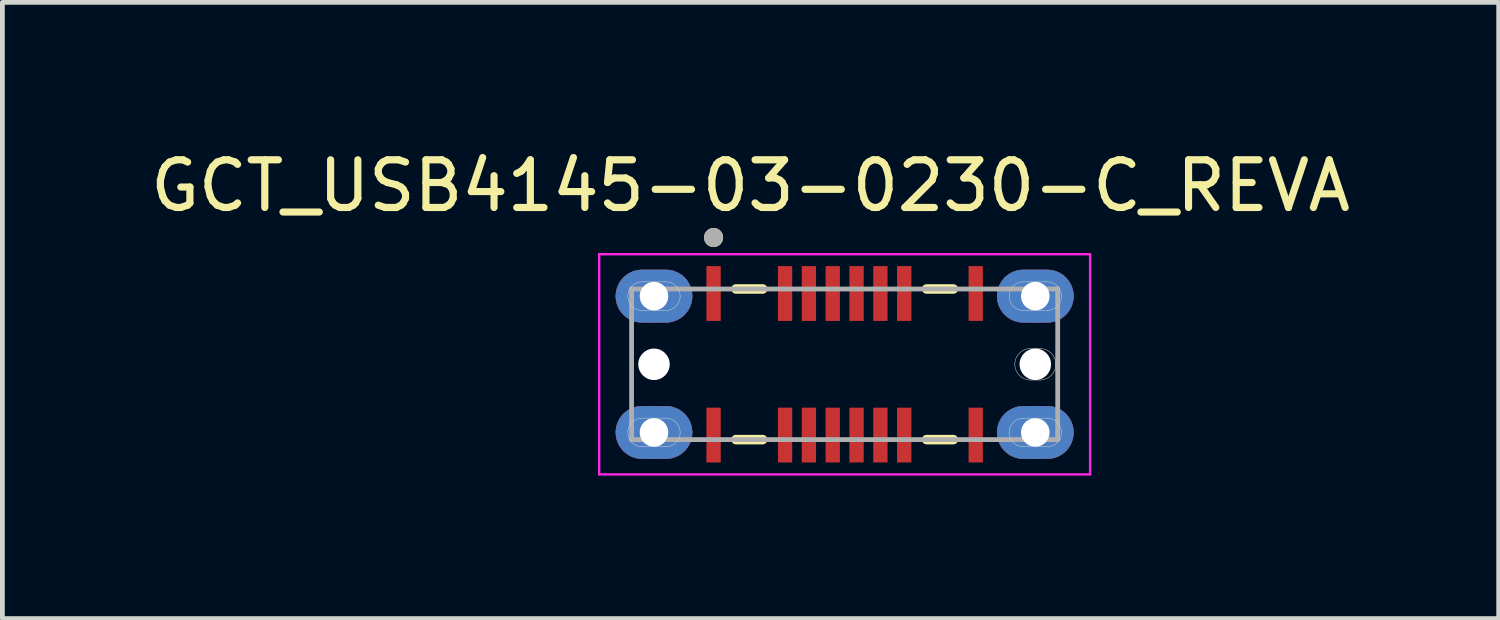
<source format=kicad_pcb>
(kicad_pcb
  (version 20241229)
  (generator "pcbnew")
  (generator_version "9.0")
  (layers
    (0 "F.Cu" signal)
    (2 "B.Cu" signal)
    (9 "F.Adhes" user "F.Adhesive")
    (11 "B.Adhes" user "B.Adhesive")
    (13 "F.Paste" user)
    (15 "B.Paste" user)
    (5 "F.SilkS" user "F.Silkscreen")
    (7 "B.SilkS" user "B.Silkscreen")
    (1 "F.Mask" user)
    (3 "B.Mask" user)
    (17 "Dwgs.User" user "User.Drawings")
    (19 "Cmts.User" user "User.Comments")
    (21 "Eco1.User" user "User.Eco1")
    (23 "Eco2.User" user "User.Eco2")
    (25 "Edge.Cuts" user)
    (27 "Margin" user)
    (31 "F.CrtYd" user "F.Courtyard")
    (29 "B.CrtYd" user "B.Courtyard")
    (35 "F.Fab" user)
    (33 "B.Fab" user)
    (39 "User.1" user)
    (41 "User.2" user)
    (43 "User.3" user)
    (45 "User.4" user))
  (footprint "GCT_USB4145-03-0230-C_REVA"
    (layer "F.Cu")
    (at 14.671 4.593)
    (property "Reference" "GCT_USB4145-03-0230-C_REVA" (at -1.975 -3.745 0) (layer "F.SilkS") (effects (font (size 1 1) (thickness 0.15))))
    (attr through_hole)
    (fp_poly (pts (xy -4.8 -1.43) (xy -4.799 -1.459) (xy -4.797 -1.487) (xy -4.793 -1.516) (xy -4.788 -1.544) (xy -4.781 -1.572) (xy -4.773 -1.6) (xy -4.763 -1.627) (xy -4.752 -1.654) (xy -4.74 -1.68) (xy -4.726 -1.705) (xy -4.711 -1.73) (xy -4.695 -1.753) (xy -4.677 -1.776) (xy -4.659 -1.798) (xy -4.639 -1.819) (xy -4.618 -1.839) (xy -4.596 -1.857) (xy -4.573 -1.875) (xy -4.55 -1.891) (xy -4.525 -1.906) (xy -4.5 -1.92) (xy -4.474 -1.932) (xy -4.447 -1.943) (xy -4.42 -1.953) (xy -4.392 -1.961) (xy -4.364 -1.968) (xy -4.336 -1.973) (xy -4.307 -1.977) (xy -4.279 -1.979) (xy -4.25 -1.98) (xy -3.75 -1.98) (xy -3.721 -1.979) (xy -3.693 -1.977) (xy -3.664 -1.973) (xy -3.636 -1.968) (xy -3.608 -1.961) (xy -3.58 -1.953) (xy -3.553 -1.943) (xy -3.526 -1.932) (xy -3.5 -1.92) (xy -3.475 -1.906) (xy -3.45 -1.891) (xy -3.427 -1.875) (xy -3.404 -1.857) (xy -3.382 -1.839) (xy -3.361 -1.819) (xy -3.341 -1.798) (xy -3.323 -1.776) (xy -3.305 -1.753) (xy -3.289 -1.73) (xy -3.274 -1.705) (xy -3.26 -1.68) (xy -3.248 -1.654) (xy -3.237 -1.627) (xy -3.227 -1.6) (xy -3.219 -1.572) (xy -3.212 -1.544) (xy -3.207 -1.516) (xy -3.203 -1.487) (xy -3.201 -1.459) (xy -3.2 -1.43) (xy -3.201 -1.401) (xy -3.203 -1.373) (xy -3.207 -1.344) (xy -3.212 -1.316) (xy -3.219 -1.288) (xy -3.227 -1.26) (xy -3.237 -1.233) (xy -3.248 -1.206) (xy -3.26 -1.18) (xy -3.274 -1.155) (xy -3.289 -1.13) (xy -3.305 -1.107) (xy -3.323 -1.084) (xy -3.341 -1.062) (xy -3.361 -1.041) (xy -3.382 -1.021) (xy -3.404 -1.003) (xy -3.427 -0.985) (xy -3.45 -0.969) (xy -3.475 -0.954) (xy -3.5 -0.94) (xy -3.526 -0.928) (xy -3.553 -0.917) (xy -3.58 -0.907) (xy -3.608 -0.899) (xy -3.636 -0.892) (xy -3.664 -0.887) (xy -3.693 -0.883) (xy -3.721 -0.881) (xy -3.75 -0.88) (xy -4.25 -0.88) (xy -4.279 -0.881) (xy -4.307 -0.883) (xy -4.336 -0.887) (xy -4.364 -0.892) (xy -4.392 -0.899) (xy -4.42 -0.907) (xy -4.447 -0.917) (xy -4.474 -0.928) (xy -4.5 -0.94) (xy -4.525 -0.954) (xy -4.55 -0.969) (xy -4.573 -0.985) (xy -4.596 -1.003) (xy -4.618 -1.021) (xy -4.639 -1.041) (xy -4.659 -1.062) (xy -4.677 -1.084) (xy -4.695 -1.107) (xy -4.711 -1.13) (xy -4.726 -1.155) (xy -4.74 -1.18) (xy -4.752 -1.206) (xy -4.763 -1.233) (xy -4.773 -1.26) (xy -4.781 -1.288) (xy -4.788 -1.316) (xy -4.793 -1.344) (xy -4.797 -1.373) (xy -4.799 -1.401) (xy -4.8 -1.43)) (stroke (width 0.01) (type solid)) (fill yes) (layer "F.Cu"))
    (fp_poly (pts (xy -4.8 1.43) (xy -4.799 1.401) (xy -4.797 1.373) (xy -4.793 1.344) (xy -4.788 1.316) (xy -4.781 1.288) (xy -4.773 1.26) (xy -4.763 1.233) (xy -4.752 1.206) (xy -4.74 1.18) (xy -4.726 1.155) (xy -4.711 1.13) (xy -4.695 1.107) (xy -4.677 1.084) (xy -4.659 1.062) (xy -4.639 1.041) (xy -4.618 1.021) (xy -4.596 1.003) (xy -4.573 0.985) (xy -4.55 0.969) (xy -4.525 0.954) (xy -4.5 0.94) (xy -4.474 0.928) (xy -4.447 0.917) (xy -4.42 0.907) (xy -4.392 0.899) (xy -4.364 0.892) (xy -4.336 0.887) (xy -4.307 0.883) (xy -4.279 0.881) (xy -4.25 0.88) (xy -3.75 0.88) (xy -3.721 0.881) (xy -3.693 0.883) (xy -3.664 0.887) (xy -3.636 0.892) (xy -3.608 0.899) (xy -3.58 0.907) (xy -3.553 0.917) (xy -3.526 0.928) (xy -3.5 0.94) (xy -3.475 0.954) (xy -3.45 0.969) (xy -3.427 0.985) (xy -3.404 1.003) (xy -3.382 1.021) (xy -3.361 1.041) (xy -3.341 1.062) (xy -3.323 1.084) (xy -3.305 1.107) (xy -3.289 1.13) (xy -3.274 1.155) (xy -3.26 1.18) (xy -3.248 1.206) (xy -3.237 1.233) (xy -3.227 1.26) (xy -3.219 1.288) (xy -3.212 1.316) (xy -3.207 1.344) (xy -3.203 1.373) (xy -3.201 1.401) (xy -3.2 1.43) (xy -3.201 1.459) (xy -3.203 1.487) (xy -3.207 1.516) (xy -3.212 1.544) (xy -3.219 1.572) (xy -3.227 1.6) (xy -3.237 1.627) (xy -3.248 1.654) (xy -3.26 1.68) (xy -3.274 1.705) (xy -3.289 1.73) (xy -3.305 1.753) (xy -3.323 1.776) (xy -3.341 1.798) (xy -3.361 1.819) (xy -3.382 1.839) (xy -3.404 1.857) (xy -3.427 1.875) (xy -3.45 1.891) (xy -3.475 1.906) (xy -3.5 1.92) (xy -3.526 1.932) (xy -3.553 1.943) (xy -3.58 1.953) (xy -3.608 1.961) (xy -3.636 1.968) (xy -3.664 1.973) (xy -3.693 1.977) (xy -3.721 1.979) (xy -3.75 1.98) (xy -4.25 1.98) (xy -4.279 1.979) (xy -4.307 1.977) (xy -4.336 1.973) (xy -4.364 1.968) (xy -4.392 1.961) (xy -4.42 1.953) (xy -4.447 1.943) (xy -4.474 1.932) (xy -4.5 1.92) (xy -4.525 1.906) (xy -4.55 1.891) (xy -4.573 1.875) (xy -4.596 1.857) (xy -4.618 1.839) (xy -4.639 1.819) (xy -4.659 1.798) (xy -4.677 1.776) (xy -4.695 1.753) (xy -4.711 1.73) (xy -4.726 1.705) (xy -4.74 1.68) (xy -4.752 1.654) (xy -4.763 1.627) (xy -4.773 1.6) (xy -4.781 1.572) (xy -4.788 1.544) (xy -4.793 1.516) (xy -4.797 1.487) (xy -4.799 1.459) (xy -4.8 1.43)) (stroke (width 0.01) (type solid)) (fill yes) (layer "F.Cu"))
    (fp_poly (pts (xy 3.2 -1.43) (xy 3.201 -1.459) (xy 3.203 -1.487) (xy 3.207 -1.516) (xy 3.212 -1.544) (xy 3.219 -1.572) (xy 3.227 -1.6) (xy 3.237 -1.627) (xy 3.248 -1.654) (xy 3.26 -1.68) (xy 3.274 -1.705) (xy 3.289 -1.73) (xy 3.305 -1.753) (xy 3.323 -1.776) (xy 3.341 -1.798) (xy 3.361 -1.819) (xy 3.382 -1.839) (xy 3.404 -1.857) (xy 3.427 -1.875) (xy 3.45 -1.891) (xy 3.475 -1.906) (xy 3.5 -1.92) (xy 3.526 -1.932) (xy 3.553 -1.943) (xy 3.58 -1.953) (xy 3.608 -1.961) (xy 3.636 -1.968) (xy 3.664 -1.973) (xy 3.693 -1.977) (xy 3.721 -1.979) (xy 3.75 -1.98) (xy 4.25 -1.98) (xy 4.279 -1.979) (xy 4.307 -1.977) (xy 4.336 -1.973) (xy 4.364 -1.968) (xy 4.392 -1.961) (xy 4.42 -1.953) (xy 4.447 -1.943) (xy 4.474 -1.932) (xy 4.5 -1.92) (xy 4.525 -1.906) (xy 4.55 -1.891) (xy 4.573 -1.875) (xy 4.596 -1.857) (xy 4.618 -1.839) (xy 4.639 -1.819) (xy 4.659 -1.798) (xy 4.677 -1.776) (xy 4.695 -1.753) (xy 4.711 -1.73) (xy 4.726 -1.705) (xy 4.74 -1.68) (xy 4.752 -1.654) (xy 4.763 -1.627) (xy 4.773 -1.6) (xy 4.781 -1.572) (xy 4.788 -1.544) (xy 4.793 -1.516) (xy 4.797 -1.487) (xy 4.799 -1.459) (xy 4.8 -1.43) (xy 4.799 -1.401) (xy 4.797 -1.373) (xy 4.793 -1.344) (xy 4.788 -1.316) (xy 4.781 -1.288) (xy 4.773 -1.26) (xy 4.763 -1.233) (xy 4.752 -1.206) (xy 4.74 -1.18) (xy 4.726 -1.155) (xy 4.711 -1.13) (xy 4.695 -1.107) (xy 4.677 -1.084) (xy 4.659 -1.062) (xy 4.639 -1.041) (xy 4.618 -1.021) (xy 4.596 -1.003) (xy 4.573 -0.985) (xy 4.55 -0.969) (xy 4.525 -0.954) (xy 4.5 -0.94) (xy 4.474 -0.928) (xy 4.447 -0.917) (xy 4.42 -0.907) (xy 4.392 -0.899) (xy 4.364 -0.892) (xy 4.336 -0.887) (xy 4.307 -0.883) (xy 4.279 -0.881) (xy 4.25 -0.88) (xy 3.75 -0.88) (xy 3.721 -0.881) (xy 3.693 -0.883) (xy 3.664 -0.887) (xy 3.636 -0.892) (xy 3.608 -0.899) (xy 3.58 -0.907) (xy 3.553 -0.917) (xy 3.526 -0.928) (xy 3.5 -0.94) (xy 3.475 -0.954) (xy 3.45 -0.969) (xy 3.427 -0.985) (xy 3.404 -1.003) (xy 3.382 -1.021) (xy 3.361 -1.041) (xy 3.341 -1.062) (xy 3.323 -1.084) (xy 3.305 -1.107) (xy 3.289 -1.13) (xy 3.274 -1.155) (xy 3.26 -1.18) (xy 3.248 -1.206) (xy 3.237 -1.233) (xy 3.227 -1.26) (xy 3.219 -1.288) (xy 3.212 -1.316) (xy 3.207 -1.344) (xy 3.203 -1.373) (xy 3.201 -1.401) (xy 3.2 -1.43)) (stroke (width 0.01) (type solid)) (fill yes) (layer "F.Cu"))
    (fp_poly (pts (xy 3.2 1.43) (xy 3.201 1.401) (xy 3.203 1.373) (xy 3.207 1.344) (xy 3.212 1.316) (xy 3.219 1.288) (xy 3.227 1.26) (xy 3.237 1.233) (xy 3.248 1.206) (xy 3.26 1.18) (xy 3.274 1.155) (xy 3.289 1.13) (xy 3.305 1.107) (xy 3.323 1.084) (xy 3.341 1.062) (xy 3.361 1.041) (xy 3.382 1.021) (xy 3.404 1.003) (xy 3.427 0.985) (xy 3.45 0.969) (xy 3.475 0.954) (xy 3.5 0.94) (xy 3.526 0.928) (xy 3.553 0.917) (xy 3.58 0.907) (xy 3.608 0.899) (xy 3.636 0.892) (xy 3.664 0.887) (xy 3.693 0.883) (xy 3.721 0.881) (xy 3.75 0.88) (xy 4.25 0.88) (xy 4.279 0.881) (xy 4.307 0.883) (xy 4.336 0.887) (xy 4.364 0.892) (xy 4.392 0.899) (xy 4.42 0.907) (xy 4.447 0.917) (xy 4.474 0.928) (xy 4.5 0.94) (xy 4.525 0.954) (xy 4.55 0.969) (xy 4.573 0.985) (xy 4.596 1.003) (xy 4.618 1.021) (xy 4.639 1.041) (xy 4.659 1.062) (xy 4.677 1.084) (xy 4.695 1.107) (xy 4.711 1.13) (xy 4.726 1.155) (xy 4.74 1.18) (xy 4.752 1.206) (xy 4.763 1.233) (xy 4.773 1.26) (xy 4.781 1.288) (xy 4.788 1.316) (xy 4.793 1.344) (xy 4.797 1.373) (xy 4.799 1.401) (xy 4.8 1.43) (xy 4.799 1.459) (xy 4.797 1.487) (xy 4.793 1.516) (xy 4.788 1.544) (xy 4.781 1.572) (xy 4.773 1.6) (xy 4.763 1.627) (xy 4.752 1.654) (xy 4.74 1.68) (xy 4.726 1.705) (xy 4.711 1.73) (xy 4.695 1.753) (xy 4.677 1.776) (xy 4.659 1.798) (xy 4.639 1.819) (xy 4.618 1.839) (xy 4.596 1.857) (xy 4.573 1.875) (xy 4.55 1.891) (xy 4.525 1.906) (xy 4.5 1.92) (xy 4.474 1.932) (xy 4.447 1.943) (xy 4.42 1.953) (xy 4.392 1.961) (xy 4.364 1.968) (xy 4.336 1.973) (xy 4.307 1.977) (xy 4.279 1.979) (xy 4.25 1.98) (xy 3.75 1.98) (xy 3.721 1.979) (xy 3.693 1.977) (xy 3.664 1.973) (xy 3.636 1.968) (xy 3.608 1.961) (xy 3.58 1.953) (xy 3.553 1.943) (xy 3.526 1.932) (xy 3.5 1.92) (xy 3.475 1.906) (xy 3.45 1.891) (xy 3.427 1.875) (xy 3.404 1.857) (xy 3.382 1.839) (xy 3.361 1.819) (xy 3.341 1.798) (xy 3.323 1.776) (xy 3.305 1.753) (xy 3.289 1.73) (xy 3.274 1.705) (xy 3.26 1.68) (xy 3.248 1.654) (xy 3.237 1.627) (xy 3.227 1.6) (xy 3.219 1.572) (xy 3.212 1.544) (xy 3.207 1.516) (xy 3.203 1.487) (xy 3.201 1.459) (xy 3.2 1.43)) (stroke (width 0.01) (type solid)) (fill yes) (layer "F.Cu"))
    (fp_poly (pts (xy -4.9 -1.43) (xy -4.899 -1.464) (xy -4.896 -1.498) (xy -4.892 -1.532) (xy -4.886 -1.565) (xy -4.878 -1.598) (xy -4.868 -1.631) (xy -4.857 -1.663) (xy -4.844 -1.694) (xy -4.829 -1.725) (xy -4.813 -1.755) (xy -4.795 -1.784) (xy -4.776 -1.812) (xy -4.755 -1.839) (xy -4.733 -1.865) (xy -4.71 -1.89) (xy -4.685 -1.913) (xy -4.659 -1.935) (xy -4.632 -1.956) (xy -4.604 -1.975) (xy -4.575 -1.993) (xy -4.545 -2.009) (xy -4.514 -2.024) (xy -4.483 -2.037) (xy -4.451 -2.048) (xy -4.418 -2.058) (xy -4.385 -2.066) (xy -4.352 -2.072) (xy -4.318 -2.076) (xy -4.284 -2.079) (xy -4.25 -2.08) (xy -3.75 -2.08) (xy -3.716 -2.079) (xy -3.682 -2.076) (xy -3.648 -2.072) (xy -3.615 -2.066) (xy -3.582 -2.058) (xy -3.549 -2.048) (xy -3.517 -2.037) (xy -3.486 -2.024) (xy -3.455 -2.009) (xy -3.425 -1.993) (xy -3.396 -1.975) (xy -3.368 -1.956) (xy -3.341 -1.935) (xy -3.315 -1.913) (xy -3.29 -1.89) (xy -3.267 -1.865) (xy -3.245 -1.839) (xy -3.224 -1.812) (xy -3.205 -1.784) (xy -3.187 -1.755) (xy -3.171 -1.725) (xy -3.156 -1.694) (xy -3.143 -1.663) (xy -3.132 -1.631) (xy -3.122 -1.598) (xy -3.114 -1.565) (xy -3.108 -1.532) (xy -3.104 -1.498) (xy -3.101 -1.464) (xy -3.1 -1.43) (xy -3.101 -1.396) (xy -3.104 -1.362) (xy -3.108 -1.328) (xy -3.114 -1.295) (xy -3.122 -1.262) (xy -3.132 -1.229) (xy -3.143 -1.197) (xy -3.156 -1.166) (xy -3.171 -1.135) (xy -3.187 -1.105) (xy -3.205 -1.076) (xy -3.224 -1.048) (xy -3.245 -1.021) (xy -3.267 -0.995) (xy -3.29 -0.97) (xy -3.315 -0.947) (xy -3.341 -0.925) (xy -3.368 -0.904) (xy -3.396 -0.885) (xy -3.425 -0.867) (xy -3.455 -0.851) (xy -3.486 -0.836) (xy -3.517 -0.823) (xy -3.549 -0.812) (xy -3.582 -0.802) (xy -3.615 -0.794) (xy -3.648 -0.788) (xy -3.682 -0.784) (xy -3.716 -0.781) (xy -3.75 -0.78) (xy -4.25 -0.78) (xy -4.284 -0.781) (xy -4.318 -0.784) (xy -4.352 -0.788) (xy -4.385 -0.794) (xy -4.418 -0.802) (xy -4.451 -0.812) (xy -4.483 -0.823) (xy -4.514 -0.836) (xy -4.545 -0.851) (xy -4.575 -0.867) (xy -4.604 -0.885) (xy -4.632 -0.904) (xy -4.659 -0.925) (xy -4.685 -0.947) (xy -4.71 -0.97) (xy -4.733 -0.995) (xy -4.755 -1.021) (xy -4.776 -1.048) (xy -4.795 -1.076) (xy -4.813 -1.105) (xy -4.829 -1.135) (xy -4.844 -1.166) (xy -4.857 -1.197) (xy -4.868 -1.229) (xy -4.878 -1.262) (xy -4.886 -1.295) (xy -4.892 -1.328) (xy -4.896 -1.362) (xy -4.899 -1.396) (xy -4.9 -1.43)) (stroke (width 0.01) (type solid)) (fill yes) (layer "F.Mask"))
    (fp_poly (pts (xy -4.9 1.43) (xy -4.899 1.396) (xy -4.896 1.362) (xy -4.892 1.328) (xy -4.886 1.295) (xy -4.878 1.262) (xy -4.868 1.229) (xy -4.857 1.197) (xy -4.844 1.166) (xy -4.829 1.135) (xy -4.813 1.105) (xy -4.795 1.076) (xy -4.776 1.048) (xy -4.755 1.021) (xy -4.733 0.995) (xy -4.71 0.97) (xy -4.685 0.947) (xy -4.659 0.925) (xy -4.632 0.904) (xy -4.604 0.885) (xy -4.575 0.867) (xy -4.545 0.851) (xy -4.514 0.836) (xy -4.483 0.823) (xy -4.451 0.812) (xy -4.418 0.802) (xy -4.385 0.794) (xy -4.352 0.788) (xy -4.318 0.784) (xy -4.284 0.781) (xy -4.25 0.78) (xy -3.75 0.78) (xy -3.716 0.781) (xy -3.682 0.784) (xy -3.648 0.788) (xy -3.615 0.794) (xy -3.582 0.802) (xy -3.549 0.812) (xy -3.517 0.823) (xy -3.486 0.836) (xy -3.455 0.851) (xy -3.425 0.867) (xy -3.396 0.885) (xy -3.368 0.904) (xy -3.341 0.925) (xy -3.315 0.947) (xy -3.29 0.97) (xy -3.267 0.995) (xy -3.245 1.021) (xy -3.224 1.048) (xy -3.205 1.076) (xy -3.187 1.105) (xy -3.171 1.135) (xy -3.156 1.166) (xy -3.143 1.197) (xy -3.132 1.229) (xy -3.122 1.262) (xy -3.114 1.295) (xy -3.108 1.328) (xy -3.104 1.362) (xy -3.101 1.396) (xy -3.1 1.43) (xy -3.101 1.464) (xy -3.104 1.498) (xy -3.108 1.532) (xy -3.114 1.565) (xy -3.122 1.598) (xy -3.132 1.631) (xy -3.143 1.663) (xy -3.156 1.694) (xy -3.171 1.725) (xy -3.187 1.755) (xy -3.205 1.784) (xy -3.224 1.812) (xy -3.245 1.839) (xy -3.267 1.865) (xy -3.29 1.89) (xy -3.315 1.913) (xy -3.341 1.935) (xy -3.368 1.956) (xy -3.396 1.975) (xy -3.425 1.993) (xy -3.455 2.009) (xy -3.486 2.024) (xy -3.517 2.037) (xy -3.549 2.048) (xy -3.582 2.058) (xy -3.615 2.066) (xy -3.648 2.072) (xy -3.682 2.076) (xy -3.716 2.079) (xy -3.75 2.08) (xy -4.25 2.08) (xy -4.284 2.079) (xy -4.318 2.076) (xy -4.352 2.072) (xy -4.385 2.066) (xy -4.418 2.058) (xy -4.451 2.048) (xy -4.483 2.037) (xy -4.514 2.024) (xy -4.545 2.009) (xy -4.575 1.993) (xy -4.604 1.975) (xy -4.632 1.956) (xy -4.659 1.935) (xy -4.685 1.913) (xy -4.71 1.89) (xy -4.733 1.865) (xy -4.755 1.839) (xy -4.776 1.812) (xy -4.795 1.784) (xy -4.813 1.755) (xy -4.829 1.725) (xy -4.844 1.694) (xy -4.857 1.663) (xy -4.868 1.631) (xy -4.878 1.598) (xy -4.886 1.565) (xy -4.892 1.532) (xy -4.896 1.498) (xy -4.899 1.464) (xy -4.9 1.43)) (stroke (width 0.01) (type solid)) (fill yes) (layer "F.Mask"))
    (fp_poly (pts (xy 3.1 -1.43) (xy 3.101 -1.464) (xy 3.104 -1.498) (xy 3.108 -1.532) (xy 3.114 -1.565) (xy 3.122 -1.598) (xy 3.132 -1.631) (xy 3.143 -1.663) (xy 3.156 -1.694) (xy 3.171 -1.725) (xy 3.187 -1.755) (xy 3.205 -1.784) (xy 3.224 -1.812) (xy 3.245 -1.839) (xy 3.267 -1.865) (xy 3.29 -1.89) (xy 3.315 -1.913) (xy 3.341 -1.935) (xy 3.368 -1.956) (xy 3.396 -1.975) (xy 3.425 -1.993) (xy 3.455 -2.009) (xy 3.486 -2.024) (xy 3.517 -2.037) (xy 3.549 -2.048) (xy 3.582 -2.058) (xy 3.615 -2.066) (xy 3.648 -2.072) (xy 3.682 -2.076) (xy 3.716 -2.079) (xy 3.75 -2.08) (xy 4.25 -2.08) (xy 4.284 -2.079) (xy 4.318 -2.076) (xy 4.352 -2.072) (xy 4.385 -2.066) (xy 4.418 -2.058) (xy 4.451 -2.048) (xy 4.483 -2.037) (xy 4.514 -2.024) (xy 4.545 -2.009) (xy 4.575 -1.993) (xy 4.604 -1.975) (xy 4.632 -1.956) (xy 4.659 -1.935) (xy 4.685 -1.913) (xy 4.71 -1.89) (xy 4.733 -1.865) (xy 4.755 -1.839) (xy 4.776 -1.812) (xy 4.795 -1.784) (xy 4.813 -1.755) (xy 4.829 -1.725) (xy 4.844 -1.694) (xy 4.857 -1.663) (xy 4.868 -1.631) (xy 4.878 -1.598) (xy 4.886 -1.565) (xy 4.892 -1.532) (xy 4.896 -1.498) (xy 4.899 -1.464) (xy 4.9 -1.43) (xy 4.899 -1.396) (xy 4.896 -1.362) (xy 4.892 -1.328) (xy 4.886 -1.295) (xy 4.878 -1.262) (xy 4.868 -1.229) (xy 4.857 -1.197) (xy 4.844 -1.166) (xy 4.829 -1.135) (xy 4.813 -1.105) (xy 4.795 -1.076) (xy 4.776 -1.048) (xy 4.755 -1.021) (xy 4.733 -0.995) (xy 4.71 -0.97) (xy 4.685 -0.947) (xy 4.659 -0.925) (xy 4.632 -0.904) (xy 4.604 -0.885) (xy 4.575 -0.867) (xy 4.545 -0.851) (xy 4.514 -0.836) (xy 4.483 -0.823) (xy 4.451 -0.812) (xy 4.418 -0.802) (xy 4.385 -0.794) (xy 4.352 -0.788) (xy 4.318 -0.784) (xy 4.284 -0.781) (xy 4.25 -0.78) (xy 3.75 -0.78) (xy 3.716 -0.781) (xy 3.682 -0.784) (xy 3.648 -0.788) (xy 3.615 -0.794) (xy 3.582 -0.802) (xy 3.549 -0.812) (xy 3.517 -0.823) (xy 3.486 -0.836) (xy 3.455 -0.851) (xy 3.425 -0.867) (xy 3.396 -0.885) (xy 3.368 -0.904) (xy 3.341 -0.925) (xy 3.315 -0.947) (xy 3.29 -0.97) (xy 3.267 -0.995) (xy 3.245 -1.021) (xy 3.224 -1.048) (xy 3.205 -1.076) (xy 3.187 -1.105) (xy 3.171 -1.135) (xy 3.156 -1.166) (xy 3.143 -1.197) (xy 3.132 -1.229) (xy 3.122 -1.262) (xy 3.114 -1.295) (xy 3.108 -1.328) (xy 3.104 -1.362) (xy 3.101 -1.396) (xy 3.1 -1.43)) (stroke (width 0.01) (type solid)) (fill yes) (layer "F.Mask"))
    (fp_poly (pts (xy 3.1 1.43) (xy 3.101 1.396) (xy 3.104 1.362) (xy 3.108 1.328) (xy 3.114 1.295) (xy 3.122 1.262) (xy 3.132 1.229) (xy 3.143 1.197) (xy 3.156 1.166) (xy 3.171 1.135) (xy 3.187 1.105) (xy 3.205 1.076) (xy 3.224 1.048) (xy 3.245 1.021) (xy 3.267 0.995) (xy 3.29 0.97) (xy 3.315 0.947) (xy 3.341 0.925) (xy 3.368 0.904) (xy 3.396 0.885) (xy 3.425 0.867) (xy 3.455 0.851) (xy 3.486 0.836) (xy 3.517 0.823) (xy 3.549 0.812) (xy 3.582 0.802) (xy 3.615 0.794) (xy 3.648 0.788) (xy 3.682 0.784) (xy 3.716 0.781) (xy 3.75 0.78) (xy 4.25 0.78) (xy 4.284 0.781) (xy 4.318 0.784) (xy 4.352 0.788) (xy 4.385 0.794) (xy 4.418 0.802) (xy 4.451 0.812) (xy 4.483 0.823) (xy 4.514 0.836) (xy 4.545 0.851) (xy 4.575 0.867) (xy 4.604 0.885) (xy 4.632 0.904) (xy 4.659 0.925) (xy 4.685 0.947) (xy 4.71 0.97) (xy 4.733 0.995) (xy 4.755 1.021) (xy 4.776 1.048) (xy 4.795 1.076) (xy 4.813 1.105) (xy 4.829 1.135) (xy 4.844 1.166) (xy 4.857 1.197) (xy 4.868 1.229) (xy 4.878 1.262) (xy 4.886 1.295) (xy 4.892 1.328) (xy 4.896 1.362) (xy 4.899 1.396) (xy 4.9 1.43) (xy 4.899 1.464) (xy 4.896 1.498) (xy 4.892 1.532) (xy 4.886 1.565) (xy 4.878 1.598) (xy 4.868 1.631) (xy 4.857 1.663) (xy 4.844 1.694) (xy 4.829 1.725) (xy 4.813 1.755) (xy 4.795 1.784) (xy 4.776 1.812) (xy 4.755 1.839) (xy 4.733 1.865) (xy 4.71 1.89) (xy 4.685 1.913) (xy 4.659 1.935) (xy 4.632 1.956) (xy 4.604 1.975) (xy 4.575 1.993) (xy 4.545 2.009) (xy 4.514 2.024) (xy 4.483 2.037) (xy 4.451 2.048) (xy 4.418 2.058) (xy 4.385 2.066) (xy 4.352 2.072) (xy 4.318 2.076) (xy 4.284 2.079) (xy 4.25 2.08) (xy 3.75 2.08) (xy 3.716 2.079) (xy 3.682 2.076) (xy 3.648 2.072) (xy 3.615 2.066) (xy 3.582 2.058) (xy 3.549 2.048) (xy 3.517 2.037) (xy 3.486 2.024) (xy 3.455 2.009) (xy 3.425 1.993) (xy 3.396 1.975) (xy 3.368 1.956) (xy 3.341 1.935) (xy 3.315 1.913) (xy 3.29 1.89) (xy 3.267 1.865) (xy 3.245 1.839) (xy 3.224 1.812) (xy 3.205 1.784) (xy 3.187 1.755) (xy 3.171 1.725) (xy 3.156 1.694) (xy 3.143 1.663) (xy 3.132 1.631) (xy 3.122 1.598) (xy 3.114 1.565) (xy 3.108 1.532) (xy 3.104 1.498) (xy 3.101 1.464) (xy 3.1 1.43)) (stroke (width 0.01) (type solid)) (fill yes) (layer "F.Mask"))
    (fp_poly (pts (xy -4.8 -1.43) (xy -4.799 -1.459) (xy -4.797 -1.487) (xy -4.793 -1.516) (xy -4.788 -1.544) (xy -4.781 -1.572) (xy -4.773 -1.6) (xy -4.763 -1.627) (xy -4.752 -1.654) (xy -4.74 -1.68) (xy -4.726 -1.705) (xy -4.711 -1.73) (xy -4.695 -1.753) (xy -4.677 -1.776) (xy -4.659 -1.798) (xy -4.639 -1.819) (xy -4.618 -1.839) (xy -4.596 -1.857) (xy -4.573 -1.875) (xy -4.55 -1.891) (xy -4.525 -1.906) (xy -4.5 -1.92) (xy -4.474 -1.932) (xy -4.447 -1.943) (xy -4.42 -1.953) (xy -4.392 -1.961) (xy -4.364 -1.968) (xy -4.336 -1.973) (xy -4.307 -1.977) (xy -4.279 -1.979) (xy -4.25 -1.98) (xy -3.75 -1.98) (xy -3.721 -1.979) (xy -3.693 -1.977) (xy -3.664 -1.973) (xy -3.636 -1.968) (xy -3.608 -1.961) (xy -3.58 -1.953) (xy -3.553 -1.943) (xy -3.526 -1.932) (xy -3.5 -1.92) (xy -3.475 -1.906) (xy -3.45 -1.891) (xy -3.427 -1.875) (xy -3.404 -1.857) (xy -3.382 -1.839) (xy -3.361 -1.819) (xy -3.341 -1.798) (xy -3.323 -1.776) (xy -3.305 -1.753) (xy -3.289 -1.73) (xy -3.274 -1.705) (xy -3.26 -1.68) (xy -3.248 -1.654) (xy -3.237 -1.627) (xy -3.227 -1.6) (xy -3.219 -1.572) (xy -3.212 -1.544) (xy -3.207 -1.516) (xy -3.203 -1.487) (xy -3.201 -1.459) (xy -3.2 -1.43) (xy -3.201 -1.401) (xy -3.203 -1.373) (xy -3.207 -1.344) (xy -3.212 -1.316) (xy -3.219 -1.288) (xy -3.227 -1.26) (xy -3.237 -1.233) (xy -3.248 -1.206) (xy -3.26 -1.18) (xy -3.274 -1.155) (xy -3.289 -1.13) (xy -3.305 -1.107) (xy -3.323 -1.084) (xy -3.341 -1.062) (xy -3.361 -1.041) (xy -3.382 -1.021) (xy -3.404 -1.003) (xy -3.427 -0.985) (xy -3.45 -0.969) (xy -3.475 -0.954) (xy -3.5 -0.94) (xy -3.526 -0.928) (xy -3.553 -0.917) (xy -3.58 -0.907) (xy -3.608 -0.899) (xy -3.636 -0.892) (xy -3.664 -0.887) (xy -3.693 -0.883) (xy -3.721 -0.881) (xy -3.75 -0.88) (xy -4.25 -0.88) (xy -4.279 -0.881) (xy -4.307 -0.883) (xy -4.336 -0.887) (xy -4.364 -0.892) (xy -4.392 -0.899) (xy -4.42 -0.907) (xy -4.447 -0.917) (xy -4.474 -0.928) (xy -4.5 -0.94) (xy -4.525 -0.954) (xy -4.55 -0.969) (xy -4.573 -0.985) (xy -4.596 -1.003) (xy -4.618 -1.021) (xy -4.639 -1.041) (xy -4.659 -1.062) (xy -4.677 -1.084) (xy -4.695 -1.107) (xy -4.711 -1.13) (xy -4.726 -1.155) (xy -4.74 -1.18) (xy -4.752 -1.206) (xy -4.763 -1.233) (xy -4.773 -1.26) (xy -4.781 -1.288) (xy -4.788 -1.316) (xy -4.793 -1.344) (xy -4.797 -1.373) (xy -4.799 -1.401) (xy -4.8 -1.43)) (stroke (width 0.01) (type solid)) (fill yes) (layer "B.Cu"))
    (fp_poly (pts (xy -4.8 1.43) (xy -4.799 1.401) (xy -4.797 1.373) (xy -4.793 1.344) (xy -4.788 1.316) (xy -4.781 1.288) (xy -4.773 1.26) (xy -4.763 1.233) (xy -4.752 1.206) (xy -4.74 1.18) (xy -4.726 1.155) (xy -4.711 1.13) (xy -4.695 1.107) (xy -4.677 1.084) (xy -4.659 1.062) (xy -4.639 1.041) (xy -4.618 1.021) (xy -4.596 1.003) (xy -4.573 0.985) (xy -4.55 0.969) (xy -4.525 0.954) (xy -4.5 0.94) (xy -4.474 0.928) (xy -4.447 0.917) (xy -4.42 0.907) (xy -4.392 0.899) (xy -4.364 0.892) (xy -4.336 0.887) (xy -4.307 0.883) (xy -4.279 0.881) (xy -4.25 0.88) (xy -3.75 0.88) (xy -3.721 0.881) (xy -3.693 0.883) (xy -3.664 0.887) (xy -3.636 0.892) (xy -3.608 0.899) (xy -3.58 0.907) (xy -3.553 0.917) (xy -3.526 0.928) (xy -3.5 0.94) (xy -3.475 0.954) (xy -3.45 0.969) (xy -3.427 0.985) (xy -3.404 1.003) (xy -3.382 1.021) (xy -3.361 1.041) (xy -3.341 1.062) (xy -3.323 1.084) (xy -3.305 1.107) (xy -3.289 1.13) (xy -3.274 1.155) (xy -3.26 1.18) (xy -3.248 1.206) (xy -3.237 1.233) (xy -3.227 1.26) (xy -3.219 1.288) (xy -3.212 1.316) (xy -3.207 1.344) (xy -3.203 1.373) (xy -3.201 1.401) (xy -3.2 1.43) (xy -3.201 1.459) (xy -3.203 1.487) (xy -3.207 1.516) (xy -3.212 1.544) (xy -3.219 1.572) (xy -3.227 1.6) (xy -3.237 1.627) (xy -3.248 1.654) (xy -3.26 1.68) (xy -3.274 1.705) (xy -3.289 1.73) (xy -3.305 1.753) (xy -3.323 1.776) (xy -3.341 1.798) (xy -3.361 1.819) (xy -3.382 1.839) (xy -3.404 1.857) (xy -3.427 1.875) (xy -3.45 1.891) (xy -3.475 1.906) (xy -3.5 1.92) (xy -3.526 1.932) (xy -3.553 1.943) (xy -3.58 1.953) (xy -3.608 1.961) (xy -3.636 1.968) (xy -3.664 1.973) (xy -3.693 1.977) (xy -3.721 1.979) (xy -3.75 1.98) (xy -4.25 1.98) (xy -4.279 1.979) (xy -4.307 1.977) (xy -4.336 1.973) (xy -4.364 1.968) (xy -4.392 1.961) (xy -4.42 1.953) (xy -4.447 1.943) (xy -4.474 1.932) (xy -4.5 1.92) (xy -4.525 1.906) (xy -4.55 1.891) (xy -4.573 1.875) (xy -4.596 1.857) (xy -4.618 1.839) (xy -4.639 1.819) (xy -4.659 1.798) (xy -4.677 1.776) (xy -4.695 1.753) (xy -4.711 1.73) (xy -4.726 1.705) (xy -4.74 1.68) (xy -4.752 1.654) (xy -4.763 1.627) (xy -4.773 1.6) (xy -4.781 1.572) (xy -4.788 1.544) (xy -4.793 1.516) (xy -4.797 1.487) (xy -4.799 1.459) (xy -4.8 1.43)) (stroke (width 0.01) (type solid)) (fill yes) (layer "B.Cu"))
    (fp_poly (pts (xy 3.2 -1.43) (xy 3.201 -1.459) (xy 3.203 -1.487) (xy 3.207 -1.516) (xy 3.212 -1.544) (xy 3.219 -1.572) (xy 3.227 -1.6) (xy 3.237 -1.627) (xy 3.248 -1.654) (xy 3.26 -1.68) (xy 3.274 -1.705) (xy 3.289 -1.73) (xy 3.305 -1.753) (xy 3.323 -1.776) (xy 3.341 -1.798) (xy 3.361 -1.819) (xy 3.382 -1.839) (xy 3.404 -1.857) (xy 3.427 -1.875) (xy 3.45 -1.891) (xy 3.475 -1.906) (xy 3.5 -1.92) (xy 3.526 -1.932) (xy 3.553 -1.943) (xy 3.58 -1.953) (xy 3.608 -1.961) (xy 3.636 -1.968) (xy 3.664 -1.973) (xy 3.693 -1.977) (xy 3.721 -1.979) (xy 3.75 -1.98) (xy 4.25 -1.98) (xy 4.279 -1.979) (xy 4.307 -1.977) (xy 4.336 -1.973) (xy 4.364 -1.968) (xy 4.392 -1.961) (xy 4.42 -1.953) (xy 4.447 -1.943) (xy 4.474 -1.932) (xy 4.5 -1.92) (xy 4.525 -1.906) (xy 4.55 -1.891) (xy 4.573 -1.875) (xy 4.596 -1.857) (xy 4.618 -1.839) (xy 4.639 -1.819) (xy 4.659 -1.798) (xy 4.677 -1.776) (xy 4.695 -1.753) (xy 4.711 -1.73) (xy 4.726 -1.705) (xy 4.74 -1.68) (xy 4.752 -1.654) (xy 4.763 -1.627) (xy 4.773 -1.6) (xy 4.781 -1.572) (xy 4.788 -1.544) (xy 4.793 -1.516) (xy 4.797 -1.487) (xy 4.799 -1.459) (xy 4.8 -1.43) (xy 4.799 -1.401) (xy 4.797 -1.373) (xy 4.793 -1.344) (xy 4.788 -1.316) (xy 4.781 -1.288) (xy 4.773 -1.26) (xy 4.763 -1.233) (xy 4.752 -1.206) (xy 4.74 -1.18) (xy 4.726 -1.155) (xy 4.711 -1.13) (xy 4.695 -1.107) (xy 4.677 -1.084) (xy 4.659 -1.062) (xy 4.639 -1.041) (xy 4.618 -1.021) (xy 4.596 -1.003) (xy 4.573 -0.985) (xy 4.55 -0.969) (xy 4.525 -0.954) (xy 4.5 -0.94) (xy 4.474 -0.928) (xy 4.447 -0.917) (xy 4.42 -0.907) (xy 4.392 -0.899) (xy 4.364 -0.892) (xy 4.336 -0.887) (xy 4.307 -0.883) (xy 4.279 -0.881) (xy 4.25 -0.88) (xy 3.75 -0.88) (xy 3.721 -0.881) (xy 3.693 -0.883) (xy 3.664 -0.887) (xy 3.636 -0.892) (xy 3.608 -0.899) (xy 3.58 -0.907) (xy 3.553 -0.917) (xy 3.526 -0.928) (xy 3.5 -0.94) (xy 3.475 -0.954) (xy 3.45 -0.969) (xy 3.427 -0.985) (xy 3.404 -1.003) (xy 3.382 -1.021) (xy 3.361 -1.041) (xy 3.341 -1.062) (xy 3.323 -1.084) (xy 3.305 -1.107) (xy 3.289 -1.13) (xy 3.274 -1.155) (xy 3.26 -1.18) (xy 3.248 -1.206) (xy 3.237 -1.233) (xy 3.227 -1.26) (xy 3.219 -1.288) (xy 3.212 -1.316) (xy 3.207 -1.344) (xy 3.203 -1.373) (xy 3.201 -1.401) (xy 3.2 -1.43)) (stroke (width 0.01) (type solid)) (fill yes) (layer "B.Cu"))
    (fp_poly (pts (xy 3.2 1.43) (xy 3.201 1.401) (xy 3.203 1.373) (xy 3.207 1.344) (xy 3.212 1.316) (xy 3.219 1.288) (xy 3.227 1.26) (xy 3.237 1.233) (xy 3.248 1.206) (xy 3.26 1.18) (xy 3.274 1.155) (xy 3.289 1.13) (xy 3.305 1.107) (xy 3.323 1.084) (xy 3.341 1.062) (xy 3.361 1.041) (xy 3.382 1.021) (xy 3.404 1.003) (xy 3.427 0.985) (xy 3.45 0.969) (xy 3.475 0.954) (xy 3.5 0.94) (xy 3.526 0.928) (xy 3.553 0.917) (xy 3.58 0.907) (xy 3.608 0.899) (xy 3.636 0.892) (xy 3.664 0.887) (xy 3.693 0.883) (xy 3.721 0.881) (xy 3.75 0.88) (xy 4.25 0.88) (xy 4.279 0.881) (xy 4.307 0.883) (xy 4.336 0.887) (xy 4.364 0.892) (xy 4.392 0.899) (xy 4.42 0.907) (xy 4.447 0.917) (xy 4.474 0.928) (xy 4.5 0.94) (xy 4.525 0.954) (xy 4.55 0.969) (xy 4.573 0.985) (xy 4.596 1.003) (xy 4.618 1.021) (xy 4.639 1.041) (xy 4.659 1.062) (xy 4.677 1.084) (xy 4.695 1.107) (xy 4.711 1.13) (xy 4.726 1.155) (xy 4.74 1.18) (xy 4.752 1.206) (xy 4.763 1.233) (xy 4.773 1.26) (xy 4.781 1.288) (xy 4.788 1.316) (xy 4.793 1.344) (xy 4.797 1.373) (xy 4.799 1.401) (xy 4.8 1.43) (xy 4.799 1.459) (xy 4.797 1.487) (xy 4.793 1.516) (xy 4.788 1.544) (xy 4.781 1.572) (xy 4.773 1.6) (xy 4.763 1.627) (xy 4.752 1.654) (xy 4.74 1.68) (xy 4.726 1.705) (xy 4.711 1.73) (xy 4.695 1.753) (xy 4.677 1.776) (xy 4.659 1.798) (xy 4.639 1.819) (xy 4.618 1.839) (xy 4.596 1.857) (xy 4.573 1.875) (xy 4.55 1.891) (xy 4.525 1.906) (xy 4.5 1.92) (xy 4.474 1.932) (xy 4.447 1.943) (xy 4.42 1.953) (xy 4.392 1.961) (xy 4.364 1.968) (xy 4.336 1.973) (xy 4.307 1.977) (xy 4.279 1.979) (xy 4.25 1.98) (xy 3.75 1.98) (xy 3.721 1.979) (xy 3.693 1.977) (xy 3.664 1.973) (xy 3.636 1.968) (xy 3.608 1.961) (xy 3.58 1.953) (xy 3.553 1.943) (xy 3.526 1.932) (xy 3.5 1.92) (xy 3.475 1.906) (xy 3.45 1.891) (xy 3.427 1.875) (xy 3.404 1.857) (xy 3.382 1.839) (xy 3.361 1.819) (xy 3.341 1.798) (xy 3.323 1.776) (xy 3.305 1.753) (xy 3.289 1.73) (xy 3.274 1.705) (xy 3.26 1.68) (xy 3.248 1.654) (xy 3.237 1.627) (xy 3.227 1.6) (xy 3.219 1.572) (xy 3.212 1.544) (xy 3.207 1.516) (xy 3.203 1.487) (xy 3.201 1.459) (xy 3.2 1.43)) (stroke (width 0.01) (type solid)) (fill yes) (layer "B.Cu"))
    (fp_poly (pts (xy -4.9 -1.43) (xy -4.899 -1.464) (xy -4.896 -1.498) (xy -4.892 -1.532) (xy -4.886 -1.565) (xy -4.878 -1.598) (xy -4.868 -1.631) (xy -4.857 -1.663) (xy -4.844 -1.694) (xy -4.829 -1.725) (xy -4.813 -1.755) (xy -4.795 -1.784) (xy -4.776 -1.812) (xy -4.755 -1.839) (xy -4.733 -1.865) (xy -4.71 -1.89) (xy -4.685 -1.913) (xy -4.659 -1.935) (xy -4.632 -1.956) (xy -4.604 -1.975) (xy -4.575 -1.993) (xy -4.545 -2.009) (xy -4.514 -2.024) (xy -4.483 -2.037) (xy -4.451 -2.048) (xy -4.418 -2.058) (xy -4.385 -2.066) (xy -4.352 -2.072) (xy -4.318 -2.076) (xy -4.284 -2.079) (xy -4.25 -2.08) (xy -3.75 -2.08) (xy -3.716 -2.079) (xy -3.682 -2.076) (xy -3.648 -2.072) (xy -3.615 -2.066) (xy -3.582 -2.058) (xy -3.549 -2.048) (xy -3.517 -2.037) (xy -3.486 -2.024) (xy -3.455 -2.009) (xy -3.425 -1.993) (xy -3.396 -1.975) (xy -3.368 -1.956) (xy -3.341 -1.935) (xy -3.315 -1.913) (xy -3.29 -1.89) (xy -3.267 -1.865) (xy -3.245 -1.839) (xy -3.224 -1.812) (xy -3.205 -1.784) (xy -3.187 -1.755) (xy -3.171 -1.725) (xy -3.156 -1.694) (xy -3.143 -1.663) (xy -3.132 -1.631) (xy -3.122 -1.598) (xy -3.114 -1.565) (xy -3.108 -1.532) (xy -3.104 -1.498) (xy -3.101 -1.464) (xy -3.1 -1.43) (xy -3.101 -1.396) (xy -3.104 -1.362) (xy -3.108 -1.328) (xy -3.114 -1.295) (xy -3.122 -1.262) (xy -3.132 -1.229) (xy -3.143 -1.197) (xy -3.156 -1.166) (xy -3.171 -1.135) (xy -3.187 -1.105) (xy -3.205 -1.076) (xy -3.224 -1.048) (xy -3.245 -1.021) (xy -3.267 -0.995) (xy -3.29 -0.97) (xy -3.315 -0.947) (xy -3.341 -0.925) (xy -3.368 -0.904) (xy -3.396 -0.885) (xy -3.425 -0.867) (xy -3.455 -0.851) (xy -3.486 -0.836) (xy -3.517 -0.823) (xy -3.549 -0.812) (xy -3.582 -0.802) (xy -3.615 -0.794) (xy -3.648 -0.788) (xy -3.682 -0.784) (xy -3.716 -0.781) (xy -3.75 -0.78) (xy -4.25 -0.78) (xy -4.284 -0.781) (xy -4.318 -0.784) (xy -4.352 -0.788) (xy -4.385 -0.794) (xy -4.418 -0.802) (xy -4.451 -0.812) (xy -4.483 -0.823) (xy -4.514 -0.836) (xy -4.545 -0.851) (xy -4.575 -0.867) (xy -4.604 -0.885) (xy -4.632 -0.904) (xy -4.659 -0.925) (xy -4.685 -0.947) (xy -4.71 -0.97) (xy -4.733 -0.995) (xy -4.755 -1.021) (xy -4.776 -1.048) (xy -4.795 -1.076) (xy -4.813 -1.105) (xy -4.829 -1.135) (xy -4.844 -1.166) (xy -4.857 -1.197) (xy -4.868 -1.229) (xy -4.878 -1.262) (xy -4.886 -1.295) (xy -4.892 -1.328) (xy -4.896 -1.362) (xy -4.899 -1.396) (xy -4.9 -1.43)) (stroke (width 0.01) (type solid)) (fill yes) (layer "B.Mask"))
    (fp_poly (pts (xy -4.9 1.43) (xy -4.899 1.396) (xy -4.896 1.362) (xy -4.892 1.328) (xy -4.886 1.295) (xy -4.878 1.262) (xy -4.868 1.229) (xy -4.857 1.197) (xy -4.844 1.166) (xy -4.829 1.135) (xy -4.813 1.105) (xy -4.795 1.076) (xy -4.776 1.048) (xy -4.755 1.021) (xy -4.733 0.995) (xy -4.71 0.97) (xy -4.685 0.947) (xy -4.659 0.925) (xy -4.632 0.904) (xy -4.604 0.885) (xy -4.575 0.867) (xy -4.545 0.851) (xy -4.514 0.836) (xy -4.483 0.823) (xy -4.451 0.812) (xy -4.418 0.802) (xy -4.385 0.794) (xy -4.352 0.788) (xy -4.318 0.784) (xy -4.284 0.781) (xy -4.25 0.78) (xy -3.75 0.78) (xy -3.716 0.781) (xy -3.682 0.784) (xy -3.648 0.788) (xy -3.615 0.794) (xy -3.582 0.802) (xy -3.549 0.812) (xy -3.517 0.823) (xy -3.486 0.836) (xy -3.455 0.851) (xy -3.425 0.867) (xy -3.396 0.885) (xy -3.368 0.904) (xy -3.341 0.925) (xy -3.315 0.947) (xy -3.29 0.97) (xy -3.267 0.995) (xy -3.245 1.021) (xy -3.224 1.048) (xy -3.205 1.076) (xy -3.187 1.105) (xy -3.171 1.135) (xy -3.156 1.166) (xy -3.143 1.197) (xy -3.132 1.229) (xy -3.122 1.262) (xy -3.114 1.295) (xy -3.108 1.328) (xy -3.104 1.362) (xy -3.101 1.396) (xy -3.1 1.43) (xy -3.101 1.464) (xy -3.104 1.498) (xy -3.108 1.532) (xy -3.114 1.565) (xy -3.122 1.598) (xy -3.132 1.631) (xy -3.143 1.663) (xy -3.156 1.694) (xy -3.171 1.725) (xy -3.187 1.755) (xy -3.205 1.784) (xy -3.224 1.812) (xy -3.245 1.839) (xy -3.267 1.865) (xy -3.29 1.89) (xy -3.315 1.913) (xy -3.341 1.935) (xy -3.368 1.956) (xy -3.396 1.975) (xy -3.425 1.993) (xy -3.455 2.009) (xy -3.486 2.024) (xy -3.517 2.037) (xy -3.549 2.048) (xy -3.582 2.058) (xy -3.615 2.066) (xy -3.648 2.072) (xy -3.682 2.076) (xy -3.716 2.079) (xy -3.75 2.08) (xy -4.25 2.08) (xy -4.284 2.079) (xy -4.318 2.076) (xy -4.352 2.072) (xy -4.385 2.066) (xy -4.418 2.058) (xy -4.451 2.048) (xy -4.483 2.037) (xy -4.514 2.024) (xy -4.545 2.009) (xy -4.575 1.993) (xy -4.604 1.975) (xy -4.632 1.956) (xy -4.659 1.935) (xy -4.685 1.913) (xy -4.71 1.89) (xy -4.733 1.865) (xy -4.755 1.839) (xy -4.776 1.812) (xy -4.795 1.784) (xy -4.813 1.755) (xy -4.829 1.725) (xy -4.844 1.694) (xy -4.857 1.663) (xy -4.868 1.631) (xy -4.878 1.598) (xy -4.886 1.565) (xy -4.892 1.532) (xy -4.896 1.498) (xy -4.899 1.464) (xy -4.9 1.43)) (stroke (width 0.01) (type solid)) (fill yes) (layer "B.Mask"))
    (fp_poly (pts (xy 3.1 -1.43) (xy 3.101 -1.464) (xy 3.104 -1.498) (xy 3.108 -1.532) (xy 3.114 -1.565) (xy 3.122 -1.598) (xy 3.132 -1.631) (xy 3.143 -1.663) (xy 3.156 -1.694) (xy 3.171 -1.725) (xy 3.187 -1.755) (xy 3.205 -1.784) (xy 3.224 -1.812) (xy 3.245 -1.839) (xy 3.267 -1.865) (xy 3.29 -1.89) (xy 3.315 -1.913) (xy 3.341 -1.935) (xy 3.368 -1.956) (xy 3.396 -1.975) (xy 3.425 -1.993) (xy 3.455 -2.009) (xy 3.486 -2.024) (xy 3.517 -2.037) (xy 3.549 -2.048) (xy 3.582 -2.058) (xy 3.615 -2.066) (xy 3.648 -2.072) (xy 3.682 -2.076) (xy 3.716 -2.079) (xy 3.75 -2.08) (xy 4.25 -2.08) (xy 4.284 -2.079) (xy 4.318 -2.076) (xy 4.352 -2.072) (xy 4.385 -2.066) (xy 4.418 -2.058) (xy 4.451 -2.048) (xy 4.483 -2.037) (xy 4.514 -2.024) (xy 4.545 -2.009) (xy 4.575 -1.993) (xy 4.604 -1.975) (xy 4.632 -1.956) (xy 4.659 -1.935) (xy 4.685 -1.913) (xy 4.71 -1.89) (xy 4.733 -1.865) (xy 4.755 -1.839) (xy 4.776 -1.812) (xy 4.795 -1.784) (xy 4.813 -1.755) (xy 4.829 -1.725) (xy 4.844 -1.694) (xy 4.857 -1.663) (xy 4.868 -1.631) (xy 4.878 -1.598) (xy 4.886 -1.565) (xy 4.892 -1.532) (xy 4.896 -1.498) (xy 4.899 -1.464) (xy 4.9 -1.43) (xy 4.899 -1.396) (xy 4.896 -1.362) (xy 4.892 -1.328) (xy 4.886 -1.295) (xy 4.878 -1.262) (xy 4.868 -1.229) (xy 4.857 -1.197) (xy 4.844 -1.166) (xy 4.829 -1.135) (xy 4.813 -1.105) (xy 4.795 -1.076) (xy 4.776 -1.048) (xy 4.755 -1.021) (xy 4.733 -0.995) (xy 4.71 -0.97) (xy 4.685 -0.947) (xy 4.659 -0.925) (xy 4.632 -0.904) (xy 4.604 -0.885) (xy 4.575 -0.867) (xy 4.545 -0.851) (xy 4.514 -0.836) (xy 4.483 -0.823) (xy 4.451 -0.812) (xy 4.418 -0.802) (xy 4.385 -0.794) (xy 4.352 -0.788) (xy 4.318 -0.784) (xy 4.284 -0.781) (xy 4.25 -0.78) (xy 3.75 -0.78) (xy 3.716 -0.781) (xy 3.682 -0.784) (xy 3.648 -0.788) (xy 3.615 -0.794) (xy 3.582 -0.802) (xy 3.549 -0.812) (xy 3.517 -0.823) (xy 3.486 -0.836) (xy 3.455 -0.851) (xy 3.425 -0.867) (xy 3.396 -0.885) (xy 3.368 -0.904) (xy 3.341 -0.925) (xy 3.315 -0.947) (xy 3.29 -0.97) (xy 3.267 -0.995) (xy 3.245 -1.021) (xy 3.224 -1.048) (xy 3.205 -1.076) (xy 3.187 -1.105) (xy 3.171 -1.135) (xy 3.156 -1.166) (xy 3.143 -1.197) (xy 3.132 -1.229) (xy 3.122 -1.262) (xy 3.114 -1.295) (xy 3.108 -1.328) (xy 3.104 -1.362) (xy 3.101 -1.396) (xy 3.1 -1.43)) (stroke (width 0.01) (type solid)) (fill yes) (layer "B.Mask"))
    (fp_poly (pts (xy 3.1 1.43) (xy 3.101 1.396) (xy 3.104 1.362) (xy 3.108 1.328) (xy 3.114 1.295) (xy 3.122 1.262) (xy 3.132 1.229) (xy 3.143 1.197) (xy 3.156 1.166) (xy 3.171 1.135) (xy 3.187 1.105) (xy 3.205 1.076) (xy 3.224 1.048) (xy 3.245 1.021) (xy 3.267 0.995) (xy 3.29 0.97) (xy 3.315 0.947) (xy 3.341 0.925) (xy 3.368 0.904) (xy 3.396 0.885) (xy 3.425 0.867) (xy 3.455 0.851) (xy 3.486 0.836) (xy 3.517 0.823) (xy 3.549 0.812) (xy 3.582 0.802) (xy 3.615 0.794) (xy 3.648 0.788) (xy 3.682 0.784) (xy 3.716 0.781) (xy 3.75 0.78) (xy 4.25 0.78) (xy 4.284 0.781) (xy 4.318 0.784) (xy 4.352 0.788) (xy 4.385 0.794) (xy 4.418 0.802) (xy 4.451 0.812) (xy 4.483 0.823) (xy 4.514 0.836) (xy 4.545 0.851) (xy 4.575 0.867) (xy 4.604 0.885) (xy 4.632 0.904) (xy 4.659 0.925) (xy 4.685 0.947) (xy 4.71 0.97) (xy 4.733 0.995) (xy 4.755 1.021) (xy 4.776 1.048) (xy 4.795 1.076) (xy 4.813 1.105) (xy 4.829 1.135) (xy 4.844 1.166) (xy 4.857 1.197) (xy 4.868 1.229) (xy 4.878 1.262) (xy 4.886 1.295) (xy 4.892 1.328) (xy 4.896 1.362) (xy 4.899 1.396) (xy 4.9 1.43) (xy 4.899 1.464) (xy 4.896 1.498) (xy 4.892 1.532) (xy 4.886 1.565) (xy 4.878 1.598) (xy 4.868 1.631) (xy 4.857 1.663) (xy 4.844 1.694) (xy 4.829 1.725) (xy 4.813 1.755) (xy 4.795 1.784) (xy 4.776 1.812) (xy 4.755 1.839) (xy 4.733 1.865) (xy 4.71 1.89) (xy 4.685 1.913) (xy 4.659 1.935) (xy 4.632 1.956) (xy 4.604 1.975) (xy 4.575 1.993) (xy 4.545 2.009) (xy 4.514 2.024) (xy 4.483 2.037) (xy 4.451 2.048) (xy 4.418 2.058) (xy 4.385 2.066) (xy 4.352 2.072) (xy 4.318 2.076) (xy 4.284 2.079) (xy 4.25 2.08) (xy 3.75 2.08) (xy 3.716 2.079) (xy 3.682 2.076) (xy 3.648 2.072) (xy 3.615 2.066) (xy 3.582 2.058) (xy 3.549 2.048) (xy 3.517 2.037) (xy 3.486 2.024) (xy 3.455 2.009) (xy 3.425 1.993) (xy 3.396 1.975) (xy 3.368 1.956) (xy 3.341 1.935) (xy 3.315 1.913) (xy 3.29 1.89) (xy 3.267 1.865) (xy 3.245 1.839) (xy 3.224 1.812) (xy 3.205 1.784) (xy 3.187 1.755) (xy 3.171 1.725) (xy 3.156 1.694) (xy 3.143 1.663) (xy 3.132 1.631) (xy 3.122 1.598) (xy 3.114 1.565) (xy 3.108 1.532) (xy 3.104 1.498) (xy 3.101 1.464) (xy 3.1 1.43)) (stroke (width 0.01) (type solid)) (fill yes) (layer "B.Mask"))
    (fp_line (start -2.28 -1.58) (end -1.72 -1.58) (stroke (width 0.2) (type solid)) (layer "F.SilkS"))
    (fp_line (start -2.28 1.58) (end -1.72 1.58) (stroke (width 0.2) (type solid)) (layer "F.SilkS"))
    (fp_line (start 1.72 -1.58) (end 2.28 -1.58) (stroke (width 0.2) (type solid)) (layer "F.SilkS"))
    (fp_line (start 1.72 1.58) (end 2.28 1.58) (stroke (width 0.2) (type solid)) (layer "F.SilkS"))
    (fp_circle (center -2.75 -2.66) (end -2.65 -2.66) (stroke (width 0.2) (type solid)) (fill no) (layer "F.SilkS"))
    (fp_line (start -4.25 -1.73) (end -3.75 -1.73) (stroke (width 0.01) (type solid)) (layer "Edge.Cuts"))
    (fp_line (start -4.25 1.13) (end -3.75 1.13) (stroke (width 0.01) (type solid)) (layer "Edge.Cuts"))
    (fp_line (start -3.75 -1.13) (end -4.25 -1.13) (stroke (width 0.01) (type solid)) (layer "Edge.Cuts"))
    (fp_line (start -3.75 1.73) (end -4.25 1.73) (stroke (width 0.01) (type solid)) (layer "Edge.Cuts"))
    (fp_line (start 3.75 -1.73) (end 4.25 -1.73) (stroke (width 0.01) (type solid)) (layer "Edge.Cuts"))
    (fp_line (start 3.75 1.13) (end 4.25 1.13) (stroke (width 0.01) (type solid)) (layer "Edge.Cuts"))
    (fp_line (start 3.9 -0.33) (end 4.1 -0.33) (stroke (width 0.01) (type solid)) (layer "Edge.Cuts"))
    (fp_line (start 4.1 0.33) (end 3.9 0.33) (stroke (width 0.01) (type solid)) (layer "Edge.Cuts"))
    (fp_line (start 4.25 -1.13) (end 3.75 -1.13) (stroke (width 0.01) (type solid)) (layer "Edge.Cuts"))
    (fp_line (start 4.25 1.73) (end 3.75 1.73) (stroke (width 0.01) (type solid)) (layer "Edge.Cuts"))
    (fp_arc (start -4.55 -1.43) (mid -4.462132 -1.642132) (end -4.25 -1.73) (stroke (width 0.01) (type solid)) (layer "Edge.Cuts"))
    (fp_arc (start -4.55 1.43) (mid -4.462132 1.217868) (end -4.25 1.13) (stroke (width 0.01) (type solid)) (layer "Edge.Cuts"))
    (fp_arc (start -4.25 -1.13) (mid -4.462132 -1.217868) (end -4.55 -1.43) (stroke (width 0.01) (type solid)) (layer "Edge.Cuts"))
    (fp_arc (start -4.25 1.73) (mid -4.462132 1.642132) (end -4.55 1.43) (stroke (width 0.01) (type solid)) (layer "Edge.Cuts"))
    (fp_arc (start -3.75 -1.73) (mid -3.537868 -1.642132) (end -3.45 -1.43) (stroke (width 0.01) (type solid)) (layer "Edge.Cuts"))
    (fp_arc (start -3.75 1.13) (mid -3.537868 1.217868) (end -3.45 1.43) (stroke (width 0.01) (type solid)) (layer "Edge.Cuts"))
    (fp_arc (start -3.45 -1.43) (mid -3.537868 -1.217868) (end -3.75 -1.13) (stroke (width 0.01) (type solid)) (layer "Edge.Cuts"))
    (fp_arc (start -3.45 1.43) (mid -3.537868 1.642132) (end -3.75 1.73) (stroke (width 0.01) (type solid)) (layer "Edge.Cuts"))
    (fp_arc (start 3.45 -1.43) (mid 3.537868 -1.642132) (end 3.75 -1.73) (stroke (width 0.01) (type solid)) (layer "Edge.Cuts"))
    (fp_arc (start 3.45 1.43) (mid 3.537868 1.217868) (end 3.75 1.13) (stroke (width 0.01) (type solid)) (layer "Edge.Cuts"))
    (fp_arc (start 3.57 0) (mid 3.666655 -0.233345) (end 3.9 -0.33) (stroke (width 0.01) (type solid)) (layer "Edge.Cuts"))
    (fp_arc (start 3.75 -1.13) (mid 3.537868 -1.217868) (end 3.45 -1.43) (stroke (width 0.01) (type solid)) (layer "Edge.Cuts"))
    (fp_arc (start 3.75 1.73) (mid 3.537868 1.642132) (end 3.45 1.43) (stroke (width 0.01) (type solid)) (layer "Edge.Cuts"))
    (fp_arc (start 3.9 0.33) (mid 3.666655 0.233345) (end 3.57 0) (stroke (width 0.01) (type solid)) (layer "Edge.Cuts"))
    (fp_arc (start 4.1 -0.33) (mid 4.333345 -0.233345) (end 4.43 0) (stroke (width 0.01) (type solid)) (layer "Edge.Cuts"))
    (fp_arc (start 4.25 -1.73) (mid 4.462132 -1.642132) (end 4.55 -1.43) (stroke (width 0.01) (type solid)) (layer "Edge.Cuts"))
    (fp_arc (start 4.25 1.13) (mid 4.462132 1.217868) (end 4.55 1.43) (stroke (width 0.01) (type solid)) (layer "Edge.Cuts"))
    (fp_arc (start 4.43 0) (mid 4.333345 0.233345) (end 4.1 0.33) (stroke (width 0.01) (type solid)) (layer "Edge.Cuts"))
    (fp_arc (start 4.55 -1.43) (mid 4.462132 -1.217868) (end 4.25 -1.13) (stroke (width 0.01) (type solid)) (layer "Edge.Cuts"))
    (fp_arc (start 4.55 1.43) (mid 4.462132 1.642132) (end 4.25 1.73) (stroke (width 0.01) (type solid)) (layer "Edge.Cuts"))
    (fp_line (start -5.15 -2.31) (end -5.15 2.31) (stroke (width 0.05) (type solid)) (layer "F.CrtYd"))
    (fp_line (start -5.15 2.31) (end 5.15 2.31) (stroke (width 0.05) (type solid)) (layer "F.CrtYd"))
    (fp_line (start 5.15 -2.31) (end -5.15 -2.31) (stroke (width 0.05) (type solid)) (layer "F.CrtYd"))
    (fp_line (start 5.15 2.31) (end 5.15 -2.31) (stroke (width 0.05) (type solid)) (layer "F.CrtYd"))
    (fp_line (start -4.47 -1.58) (end 4.47 -1.58) (stroke (width 0.1) (type solid)) (layer "F.Fab"))
    (fp_line (start -4.47 1.58) (end -4.47 -1.58) (stroke (width 0.1) (type solid)) (layer "F.Fab"))
    (fp_line (start 4.47 -1.58) (end 4.47 1.58) (stroke (width 0.1) (type solid)) (layer "F.Fab"))
    (fp_line (start 4.47 1.58) (end -4.47 1.58) (stroke (width 0.1) (type solid)) (layer "F.Fab"))
    (fp_circle (center -2.75 -2.66) (end -2.65 -2.66) (stroke (width 0.2) (type solid)) (fill no) (layer "F.Fab"))
    (pad "" np_thru_hole circle (at -4 0) (size 0.66 0.66) (drill 0.66) (layers "*.Cu" "*.Mask"))
    (pad "" np_thru_hole circle (at 4 0) (size 0.66 0.66) (drill 0.66) (layers "*.Cu" "*.Mask"))
    (pad "A1" smd rect (at -2.75 -1.485) (size 0.3 1.15) (layers "F.Cu" "F.Mask" "F.Paste"))
    (pad "A4" smd rect (at -1.25 -1.485) (size 0.3 1.15) (layers "F.Cu" "F.Mask" "F.Paste"))
    (pad "A5" smd rect (at -0.75 -1.485) (size 0.3 1.15) (layers "F.Cu" "F.Mask" "F.Paste"))
    (pad "A6" smd rect (at -0.25 -1.485) (size 0.3 1.15) (layers "F.Cu" "F.Mask" "F.Paste"))
    (pad "A7" smd rect (at 0.25 -1.485) (size 0.3 1.15) (layers "F.Cu" "F.Mask" "F.Paste"))
    (pad "A8" smd rect (at 0.75 -1.485) (size 0.3 1.15) (layers "F.Cu" "F.Mask" "F.Paste"))
    (pad "A9" smd rect (at 1.25 -1.485) (size 0.3 1.15) (layers "F.Cu" "F.Mask" "F.Paste"))
    (pad "A12" smd rect (at 2.75 -1.485) (size 0.3 1.15) (layers "F.Cu" "F.Mask" "F.Paste"))
    (pad "B1" smd rect (at 2.75 1.485) (size 0.3 1.15) (layers "F.Cu" "F.Mask" "F.Paste"))
    (pad "B4" smd rect (at 1.25 1.485) (size 0.3 1.15) (layers "F.Cu" "F.Mask" "F.Paste"))
    (pad "B5" smd rect (at 0.75 1.485) (size 0.3 1.15) (layers "F.Cu" "F.Mask" "F.Paste"))
    (pad "B6" smd rect (at 0.25 1.485) (size 0.3 1.15) (layers "F.Cu" "F.Mask" "F.Paste"))
    (pad "B7" smd rect (at -0.25 1.485) (size 0.3 1.15) (layers "F.Cu" "F.Mask" "F.Paste"))
    (pad "B8" smd rect (at -0.75 1.485) (size 0.3 1.15) (layers "F.Cu" "F.Mask" "F.Paste"))
    (pad "B9" smd rect (at -1.25 1.485) (size 0.3 1.15) (layers "F.Cu" "F.Mask" "F.Paste"))
    (pad "B12" smd rect (at -2.75 1.485) (size 0.3 1.15) (layers "F.Cu" "F.Mask" "F.Paste"))
    (pad "S1" thru_hole circle (at -4 -1.43) (size 1.1 1.1) (drill 0.6) (layers "*.Cu" "*.Mask"))
    (pad "S2" thru_hole circle (at 4 -1.43) (size 1.1 1.1) (drill 0.6) (layers "*.Cu" "*.Mask"))
    (pad "S3" thru_hole circle (at -4 1.43) (size 1.1 1.1) (drill 0.6) (layers "*.Cu" "*.Mask"))
    (pad "S4" thru_hole circle (at 4 1.43) (size 1.1 1.1) (drill 0.6) (layers "*.Cu" "*.Mask")))
  (gr_rect
    (start -3 -3)
    (end 28.393 9.928)
    (stroke (width 0.1) (type default))
    (fill no)
    (layer "Edge.Cuts")))
</source>
